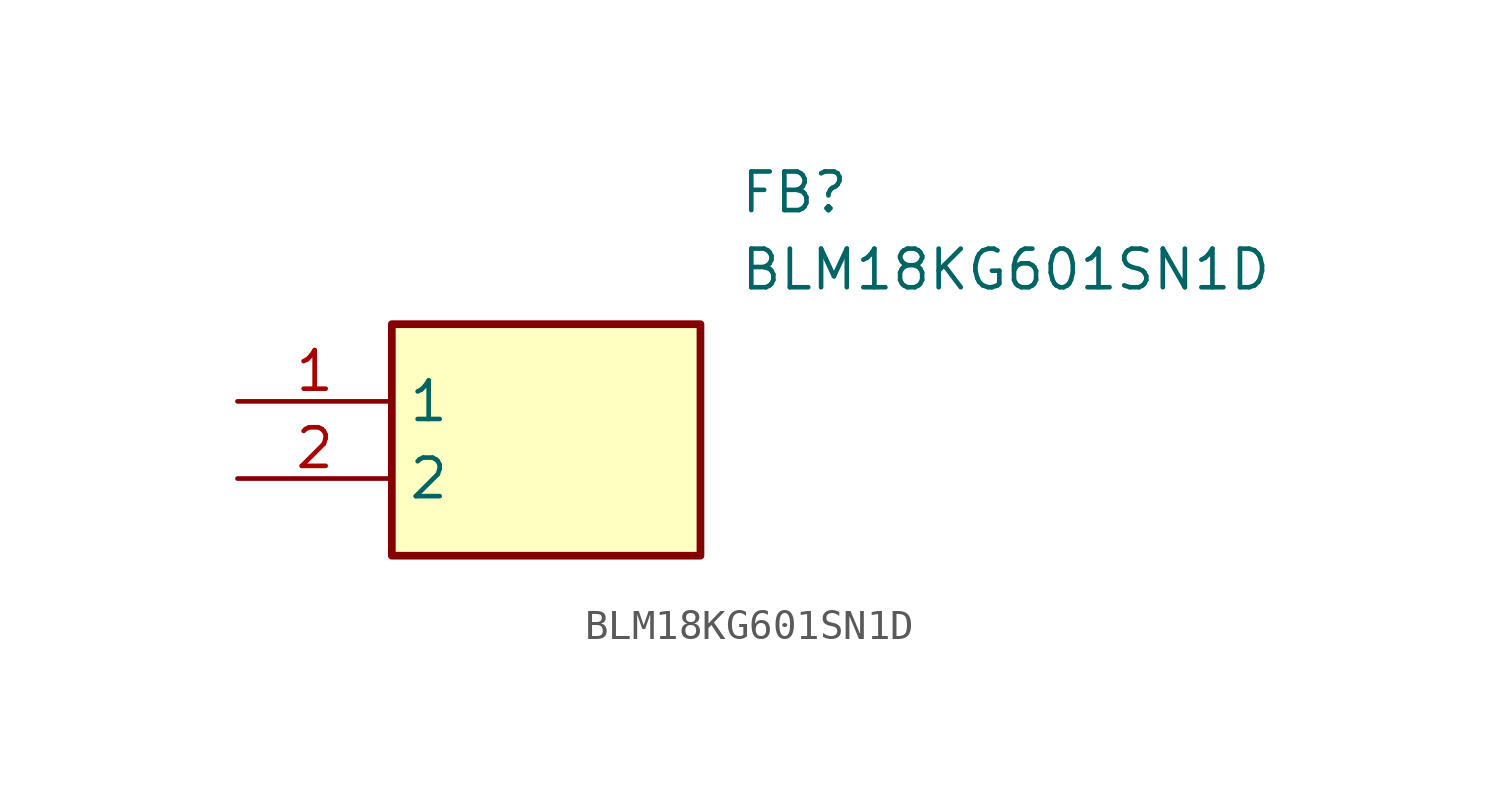
<source format=kicad_sym>
(kicad_symbol_lib
  (version 20241209)
  (generator "kicad_symbol_editor")
  (generator_version "9.0")
  (symbol "BLM18KG601SN1D"
    (property "Reference" "FB"
      (at 16.51 7.62 0)
      (effects (font (size 1.27 1.27)) (justify left top)))
    (property "Value" "BLM18KG601SN1D"
      (at 16.51 5.08 0)
      (effects (font (size 1.27 1.27)) (justify left top)))
    (symbol "BLM18KG601SN1D_1_1"
      (rectangle (start 5.08 2.54) (end 15.24 -5.08) (stroke (width 0.254) (type default)) (fill (type background)))
      (pin passive line (at 0 0 0) (length 5.08) (name "1" (effects (font (size 1.27 1.27)))) (number "1" (effects (font (size 1.27 1.27)))))
      (pin passive line (at 0 -2.54 0) (length 5.08) (name "2" (effects (font (size 1.27 1.27)))) (number "2" (effects (font (size 1.27 1.27))))))))
</source>
